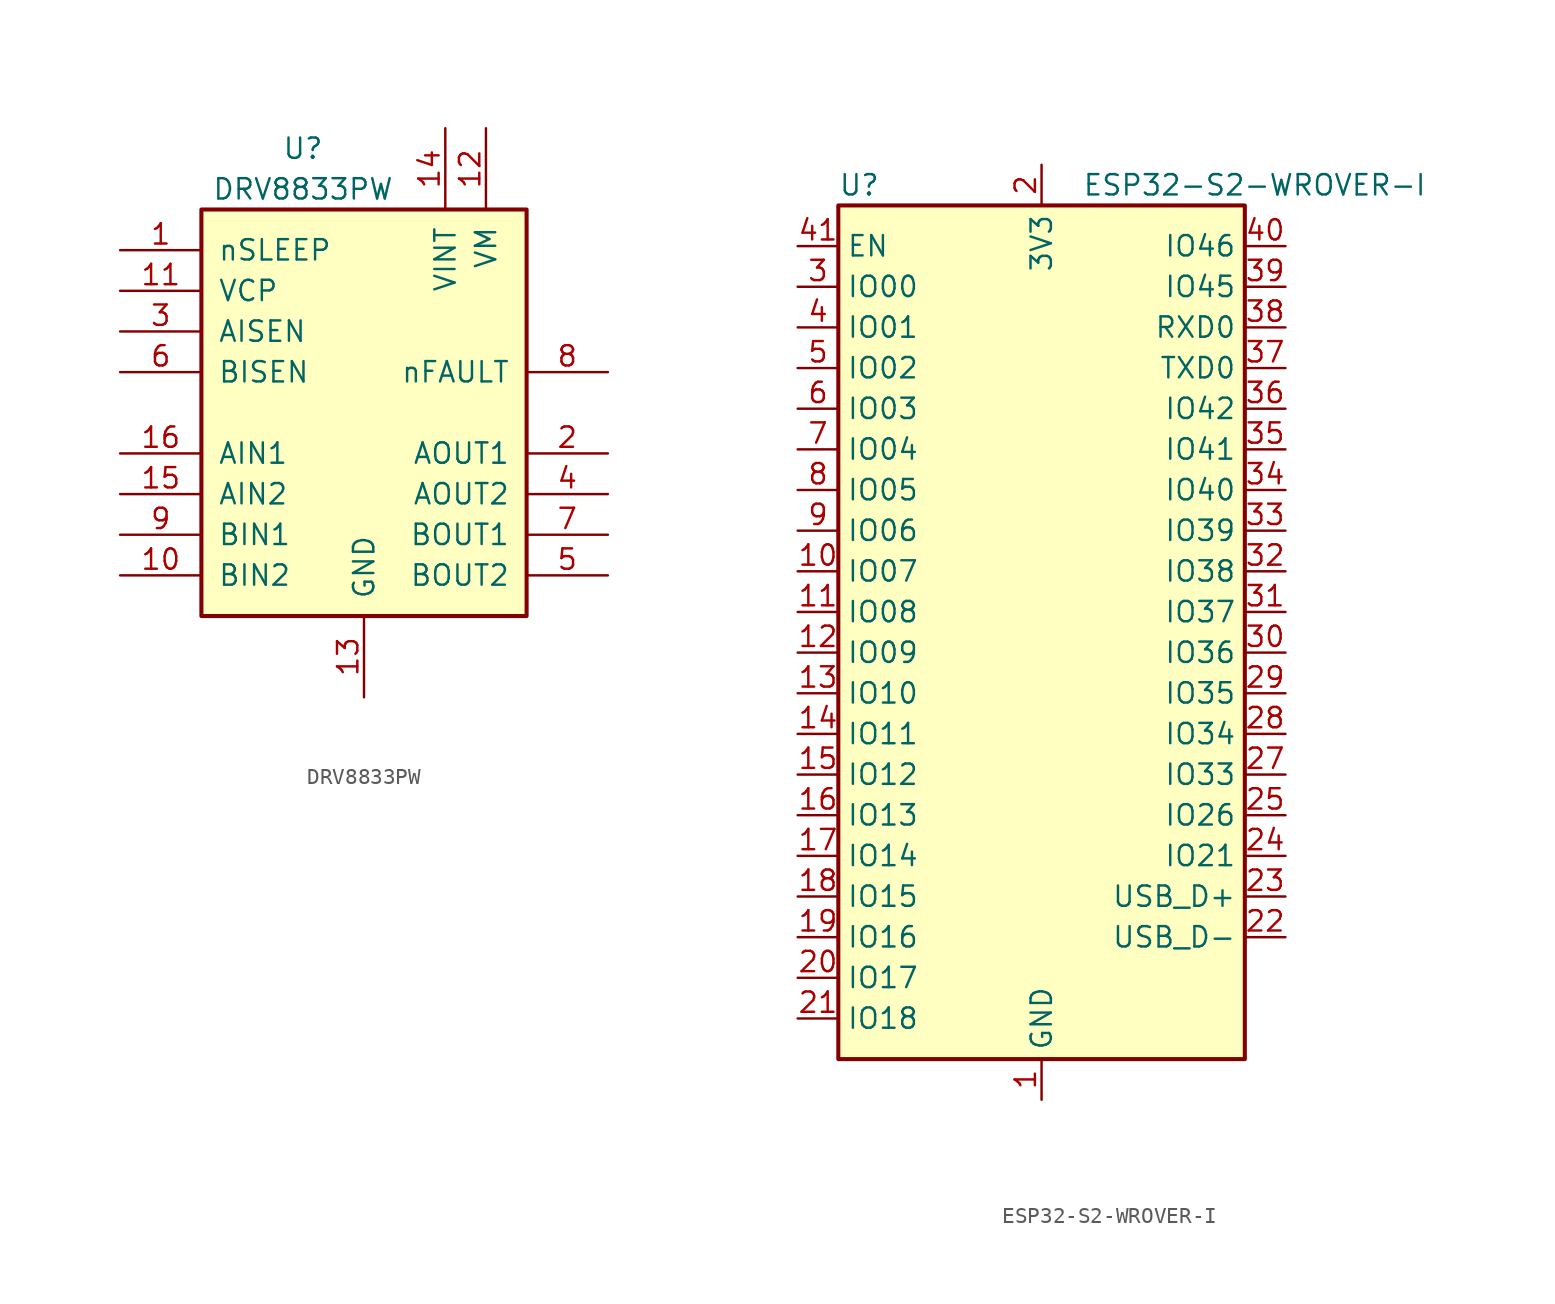
<source format=kicad_sym>
(kicad_symbol_lib
  (version 20211014)
  (generator kicad_symbol_editor)
  (symbol "DRV8833PW"
    (pin_names
      (offset 1.016))
    (property "Reference" "U"
      (at -3.81 16.51 0)
      (effects (font (size 1.27 1.27))))
    (property "Value" "DRV8833PW"
      (at -3.81 13.97 0)
      (effects (font (size 1.27 1.27))))
    (symbol "DRV8833PW_0_1"
      (rectangle (start -10.16 12.7) (end 10.16 -12.7) (stroke (width 0.254) (type default) (color 0 0 0 0)) (fill (type background))))
    (symbol "DRV8833PW_1_1"
      (pin input line (at -15.24 10.16 0) (length 5.08) (name "nSLEEP" (effects (font (size 1.27 1.27)))) (number "1" (effects (font (size 1.27 1.27)))))
      (pin input line (at -15.24 -10.16 0) (length 5.08) (name "BIN2" (effects (font (size 1.27 1.27)))) (number "10" (effects (font (size 1.27 1.27)))))
      (pin bidirectional line (at -15.24 7.62 0) (length 5.08) (name "VCP" (effects (font (size 1.27 1.27)))) (number "11" (effects (font (size 1.27 1.27)))))
      (pin power_in line (at 7.62 17.78 270) (length 5.08) (name "VM" (effects (font (size 1.27 1.27)))) (number "12" (effects (font (size 1.27 1.27)))))
      (pin power_in line (at 0 -17.78 90) (length 5.08) (name "GND" (effects (font (size 1.27 1.27)))) (number "13" (effects (font (size 1.27 1.27)))))
      (pin power_in line (at 5.08 17.78 270) (length 5.08) (name "VINT" (effects (font (size 1.27 1.27)))) (number "14" (effects (font (size 1.27 1.27)))))
      (pin input line (at -15.24 -5.08 0) (length 5.08) (name "AIN2" (effects (font (size 1.27 1.27)))) (number "15" (effects (font (size 1.27 1.27)))))
      (pin input line (at -15.24 -2.54 0) (length 5.08) (name "AIN1" (effects (font (size 1.27 1.27)))) (number "16" (effects (font (size 1.27 1.27)))))
      (pin power_out line (at 15.24 -2.54 180) (length 5.08) (name "AOUT1" (effects (font (size 1.27 1.27)))) (number "2" (effects (font (size 1.27 1.27)))))
      (pin bidirectional line (at -15.24 5.08 0) (length 5.08) (name "AISEN" (effects (font (size 1.27 1.27)))) (number "3" (effects (font (size 1.27 1.27)))))
      (pin power_out line (at 15.24 -5.08 180) (length 5.08) (name "AOUT2" (effects (font (size 1.27 1.27)))) (number "4" (effects (font (size 1.27 1.27)))))
      (pin power_out line (at 15.24 -10.16 180) (length 5.08) (name "BOUT2" (effects (font (size 1.27 1.27)))) (number "5" (effects (font (size 1.27 1.27)))))
      (pin bidirectional line (at -15.24 2.54 0) (length 5.08) (name "BISEN" (effects (font (size 1.27 1.27)))) (number "6" (effects (font (size 1.27 1.27)))))
      (pin power_out line (at 15.24 -7.62 180) (length 5.08) (name "BOUT1" (effects (font (size 1.27 1.27)))) (number "7" (effects (font (size 1.27 1.27)))))
      (pin open_collector line (at 15.24 2.54 180) (length 5.08) (name "nFAULT" (effects (font (size 1.27 1.27)))) (number "8" (effects (font (size 1.27 1.27)))))
      (pin input line (at -15.24 -7.62 0) (length 5.08) (name "BIN1" (effects (font (size 1.27 1.27)))) (number "9" (effects (font (size 1.27 1.27)))))))
  (symbol "ESP32-S2-WROVER-I"
    (property "Reference" "U"
      (at -12.7 29.21 0)
      (effects (font (size 1.27 1.27)) (justify left)))
    (property "Value" "ESP32-S2-WROVER-I"
      (at 2.54 29.21 0)
      (effects (font (size 1.27 1.27)) (justify left)))
    (symbol "ESP32-S2-WROVER-I_0_1"
      (rectangle (start -12.7 27.94) (end 12.7 -25.4) (stroke (width 0.254) (type default) (color 0 0 0 0)) (fill (type background))))
    (symbol "ESP32-S2-WROVER-I_1_1"
      (pin power_in line (at 0 -27.94 90) (length 2.54) (name "GND" (effects (font (size 1.27 1.27)))) (number "1" (effects (font (size 1.27 1.27)))))
      (pin bidirectional line (at -15.24 5.08 0) (length 2.54) (name "IO07" (effects (font (size 1.27 1.27)))) (number "10" (effects (font (size 1.27 1.27)))))
      (pin bidirectional line (at -15.24 2.54 0) (length 2.54) (name "IO08" (effects (font (size 1.27 1.27)))) (number "11" (effects (font (size 1.27 1.27)))))
      (pin bidirectional line (at -15.24 0 0) (length 2.54) (name "IO09" (effects (font (size 1.27 1.27)))) (number "12" (effects (font (size 1.27 1.27)))))
      (pin bidirectional line (at -15.24 -2.54 0) (length 2.54) (name "IO10" (effects (font (size 1.27 1.27)))) (number "13" (effects (font (size 1.27 1.27)))))
      (pin bidirectional line (at -15.24 -5.08 0) (length 2.54) (name "IO11" (effects (font (size 1.27 1.27)))) (number "14" (effects (font (size 1.27 1.27)))))
      (pin bidirectional line (at -15.24 -7.62 0) (length 2.54) (name "IO12" (effects (font (size 1.27 1.27)))) (number "15" (effects (font (size 1.27 1.27)))))
      (pin bidirectional line (at -15.24 -10.16 0) (length 2.54) (name "IO13" (effects (font (size 1.27 1.27)))) (number "16" (effects (font (size 1.27 1.27)))))
      (pin bidirectional line (at -15.24 -12.7 0) (length 2.54) (name "IO14" (effects (font (size 1.27 1.27)))) (number "17" (effects (font (size 1.27 1.27)))))
      (pin bidirectional line (at -15.24 -15.24 0) (length 2.54) (name "IO15" (effects (font (size 1.27 1.27)))) (number "18" (effects (font (size 1.27 1.27)))))
      (pin bidirectional line (at -15.24 -17.78 0) (length 2.54) (name "IO16" (effects (font (size 1.27 1.27)))) (number "19" (effects (font (size 1.27 1.27)))))
      (pin power_in line (at 0 30.48 270) (length 2.54) (name "3V3" (effects (font (size 1.27 1.27)))) (number "2" (effects (font (size 1.27 1.27)))))
      (pin bidirectional line (at -15.24 -20.32 0) (length 2.54) (name "IO17" (effects (font (size 1.27 1.27)))) (number "20" (effects (font (size 1.27 1.27)))))
      (pin bidirectional line (at -15.24 -22.86 0) (length 2.54) (name "IO18" (effects (font (size 1.27 1.27)))) (number "21" (effects (font (size 1.27 1.27)))))
      (pin bidirectional line (at 15.24 -17.78 180) (length 2.54) (name "USB_D-" (effects (font (size 1.27 1.27)))) (number "22" (effects (font (size 1.27 1.27)))))
      (pin bidirectional line (at 15.24 -15.24 180) (length 2.54) (name "USB_D+" (effects (font (size 1.27 1.27)))) (number "23" (effects (font (size 1.27 1.27)))))
      (pin bidirectional line (at 15.24 -12.7 180) (length 2.54) (name "IO21" (effects (font (size 1.27 1.27)))) (number "24" (effects (font (size 1.27 1.27)))))
      (pin bidirectional line (at 15.24 -10.16 180) (length 2.54) (name "IO26" (effects (font (size 1.27 1.27)))) (number "25" (effects (font (size 1.27 1.27)))))
      (pin passive line (at 0 -27.94 90) (length 2.54) hide (name "GND" (effects (font (size 1.27 1.27)))) (number "26" (effects (font (size 1.27 1.27)))))
      (pin bidirectional line (at 15.24 -7.62 180) (length 2.54) (name "IO33" (effects (font (size 1.27 1.27)))) (number "27" (effects (font (size 1.27 1.27)))))
      (pin bidirectional line (at 15.24 -5.08 180) (length 2.54) (name "IO34" (effects (font (size 1.27 1.27)))) (number "28" (effects (font (size 1.27 1.27)))))
      (pin bidirectional line (at 15.24 -2.54 180) (length 2.54) (name "IO35" (effects (font (size 1.27 1.27)))) (number "29" (effects (font (size 1.27 1.27)))))
      (pin bidirectional line (at -15.24 22.86 0) (length 2.54) (name "IO00" (effects (font (size 1.27 1.27)))) (number "3" (effects (font (size 1.27 1.27)))))
      (pin bidirectional line (at 15.24 0 180) (length 2.54) (name "IO36" (effects (font (size 1.27 1.27)))) (number "30" (effects (font (size 1.27 1.27)))))
      (pin bidirectional line (at 15.24 2.54 180) (length 2.54) (name "IO37" (effects (font (size 1.27 1.27)))) (number "31" (effects (font (size 1.27 1.27)))))
      (pin bidirectional line (at 15.24 5.08 180) (length 2.54) (name "IO38" (effects (font (size 1.27 1.27)))) (number "32" (effects (font (size 1.27 1.27)))))
      (pin bidirectional line (at 15.24 7.62 180) (length 2.54) (name "IO39" (effects (font (size 1.27 1.27)))) (number "33" (effects (font (size 1.27 1.27)))))
      (pin bidirectional line (at 15.24 10.16 180) (length 2.54) (name "IO40" (effects (font (size 1.27 1.27)))) (number "34" (effects (font (size 1.27 1.27)))))
      (pin bidirectional line (at 15.24 12.7 180) (length 2.54) (name "IO41" (effects (font (size 1.27 1.27)))) (number "35" (effects (font (size 1.27 1.27)))))
      (pin bidirectional line (at 15.24 15.24 180) (length 2.54) (name "IO42" (effects (font (size 1.27 1.27)))) (number "36" (effects (font (size 1.27 1.27)))))
      (pin bidirectional line (at 15.24 17.78 180) (length 2.54) (name "TXD0" (effects (font (size 1.27 1.27)))) (number "37" (effects (font (size 1.27 1.27)))))
      (pin bidirectional line (at 15.24 20.32 180) (length 2.54) (name "RXD0" (effects (font (size 1.27 1.27)))) (number "38" (effects (font (size 1.27 1.27)))))
      (pin bidirectional line (at 15.24 22.86 180) (length 2.54) (name "IO45" (effects (font (size 1.27 1.27)))) (number "39" (effects (font (size 1.27 1.27)))))
      (pin bidirectional line (at -15.24 20.32 0) (length 2.54) (name "IO01" (effects (font (size 1.27 1.27)))) (number "4" (effects (font (size 1.27 1.27)))))
      (pin input line (at 15.24 25.4 180) (length 2.54) (name "IO46" (effects (font (size 1.27 1.27)))) (number "40" (effects (font (size 1.27 1.27)))))
      (pin input line (at -15.24 25.4 0) (length 2.54) (name "EN" (effects (font (size 1.27 1.27)))) (number "41" (effects (font (size 1.27 1.27)))))
      (pin passive line (at 0 -27.94 90) (length 2.54) hide (name "GND" (effects (font (size 1.27 1.27)))) (number "42" (effects (font (size 1.27 1.27)))))
      (pin passive line (at 0 -27.94 90) (length 2.54) hide (name "GND" (effects (font (size 1.27 1.27)))) (number "43" (effects (font (size 1.27 1.27)))))
      (pin bidirectional line (at -15.24 17.78 0) (length 2.54) (name "IO02" (effects (font (size 1.27 1.27)))) (number "5" (effects (font (size 1.27 1.27)))))
      (pin bidirectional line (at -15.24 15.24 0) (length 2.54) (name "IO03" (effects (font (size 1.27 1.27)))) (number "6" (effects (font (size 1.27 1.27)))))
      (pin bidirectional line (at -15.24 12.7 0) (length 2.54) (name "IO04" (effects (font (size 1.27 1.27)))) (number "7" (effects (font (size 1.27 1.27)))))
      (pin bidirectional line (at -15.24 10.16 0) (length 2.54) (name "IO05" (effects (font (size 1.27 1.27)))) (number "8" (effects (font (size 1.27 1.27)))))
      (pin bidirectional line (at -15.24 7.62 0) (length 2.54) (name "IO06" (effects (font (size 1.27 1.27)))) (number "9" (effects (font (size 1.27 1.27))))))))
</source>
